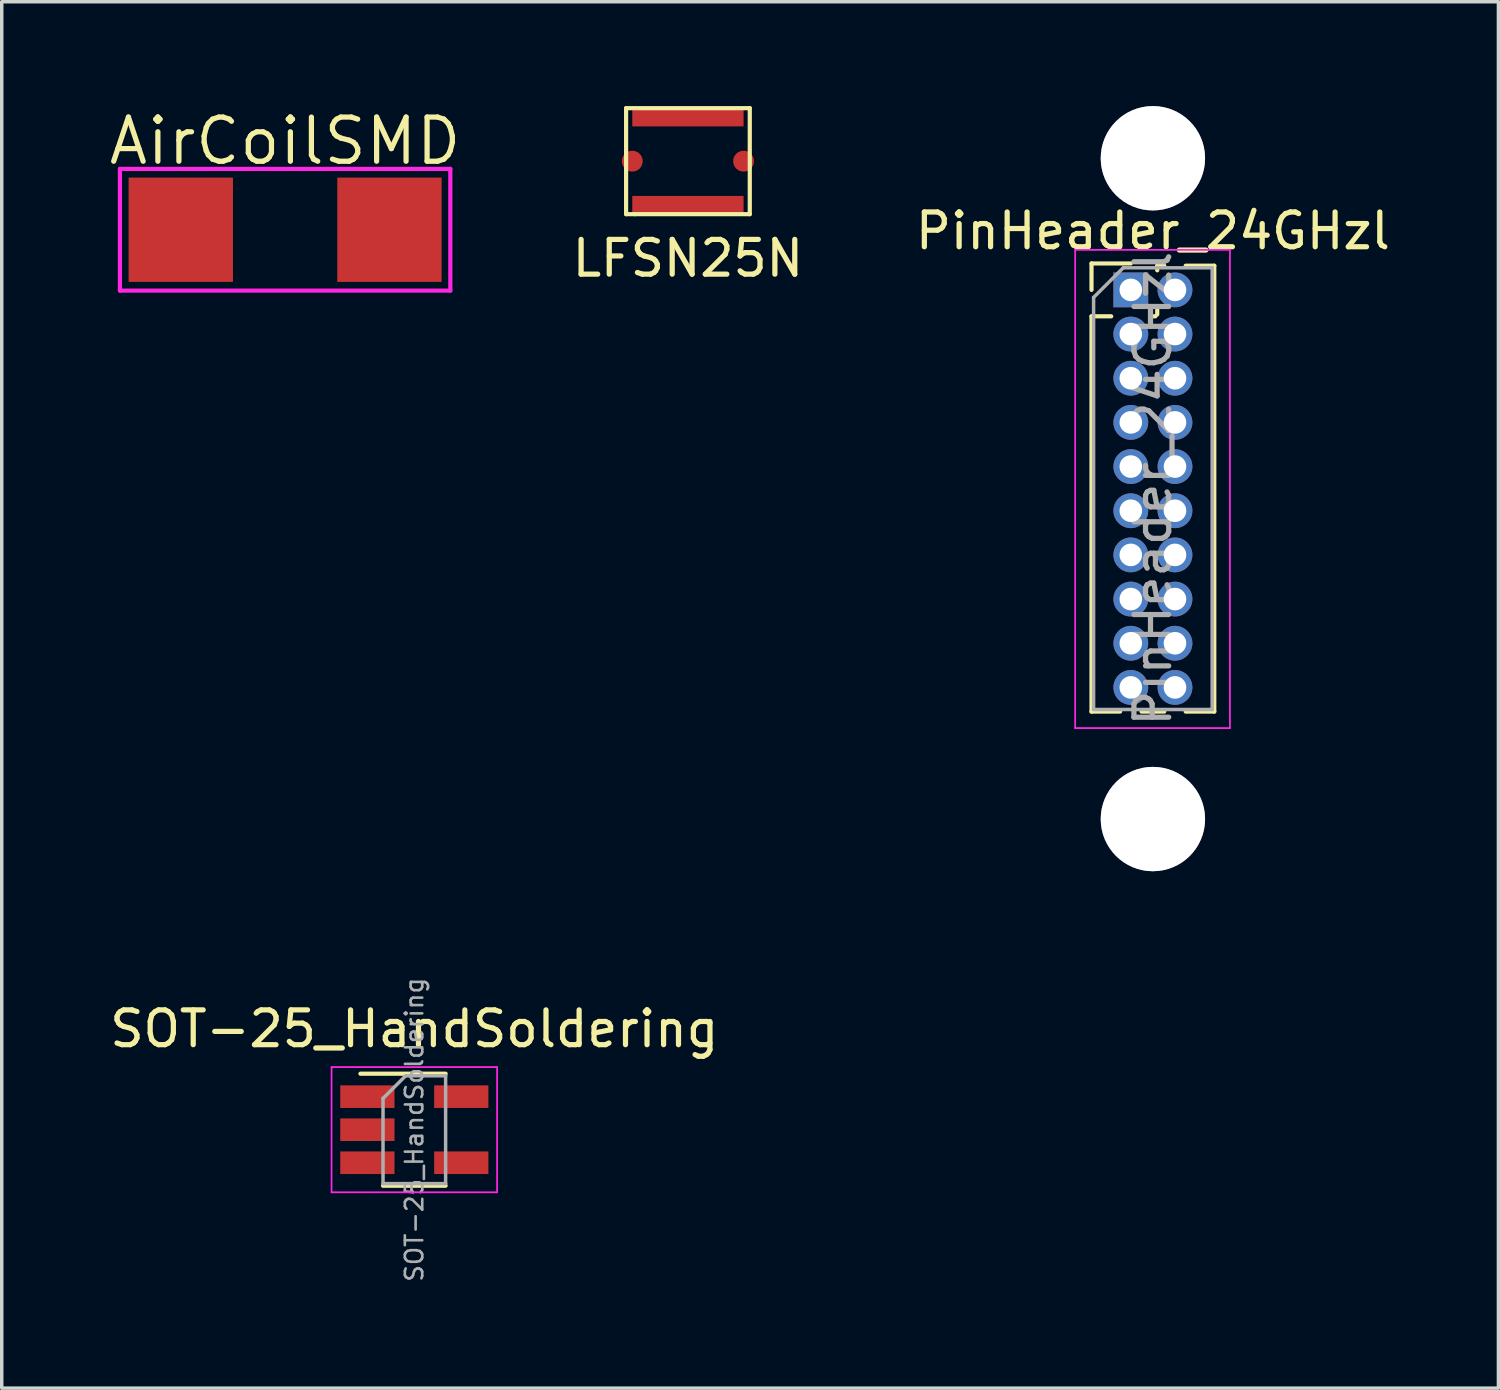
<source format=kicad_pcb>
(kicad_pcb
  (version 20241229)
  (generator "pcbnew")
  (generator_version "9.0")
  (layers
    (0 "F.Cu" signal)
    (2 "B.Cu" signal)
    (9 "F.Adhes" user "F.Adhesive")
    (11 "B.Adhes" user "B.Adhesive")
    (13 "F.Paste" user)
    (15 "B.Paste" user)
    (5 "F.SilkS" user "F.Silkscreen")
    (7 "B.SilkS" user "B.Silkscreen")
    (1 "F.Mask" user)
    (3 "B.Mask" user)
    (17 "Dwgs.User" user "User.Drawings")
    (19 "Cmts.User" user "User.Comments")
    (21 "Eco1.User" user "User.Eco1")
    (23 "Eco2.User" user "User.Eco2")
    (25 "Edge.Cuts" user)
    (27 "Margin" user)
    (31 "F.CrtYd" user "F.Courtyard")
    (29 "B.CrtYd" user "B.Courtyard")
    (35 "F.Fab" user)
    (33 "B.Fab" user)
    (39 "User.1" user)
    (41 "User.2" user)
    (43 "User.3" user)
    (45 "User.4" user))
  (footprint "AirCoilSMD"
    (layer "F.Cu")
    (at 5.148 3.556)
    (property "Reference" "AirCoilSMD" (at 0 -2.55 0) (layer "F.SilkS") (effects (font (size 1.27 1.27) (thickness 0.15))))
    (attr through_hole)
    (fp_line (start -4.75 -1.75) (end 4.75 -1.75) (stroke (width 0.12) (type solid)) (layer "F.CrtYd"))
    (fp_line (start -4.75 1.75) (end -4.75 -1.75) (stroke (width 0.12) (type solid)) (layer "F.CrtYd"))
    (fp_line (start 4.75 -1.75) (end 4.75 1.75) (stroke (width 0.12) (type solid)) (layer "F.CrtYd"))
    (fp_line (start 4.75 1.75) (end -4.75 1.75) (stroke (width 0.12) (type solid)) (layer "F.CrtYd"))
    (pad "1" smd rect (at 3 0) (size 3 3) (layers "F.Cu" "F.Mask" "F.Paste"))
    (pad "2" smd rect (at -3 0) (size 3 3) (layers "F.Cu" "F.Mask" "F.Paste")))
  (footprint "PinHeader_24GHzl"
    (layer "F.Cu")
    (at 29.464 5.285)
    (property "Reference" "PinHeader_24GHzl" (at 0.635 -1.695 0) (layer "F.SilkS") (effects (font (size 1 1) (thickness 0.15))))
    (attr through_hole)
    (fp_line (start -1.13 -0.76) (end 0 -0.76) (stroke (width 0.12) (type solid)) (layer "F.SilkS"))
    (fp_line (start -1.13 0) (end -1.13 -0.76) (stroke (width 0.12) (type solid)) (layer "F.SilkS"))
    (fp_line (start -1.13 0.76) (end -1.13 12.125) (stroke (width 0.12) (type solid)) (layer "F.SilkS"))
    (fp_line (start -1.13 0.76) (end -0.563 0.76) (stroke (width 0.12) (type solid)) (layer "F.SilkS"))
    (fp_line (start -1.13 12.125) (end -0.308 12.125) (stroke (width 0.12) (type solid)) (layer "F.SilkS"))
    (fp_line (start 0.308 12.125) (end 0.962 12.125) (stroke (width 0.12) (type solid)) (layer "F.SilkS"))
    (fp_line (start 0.563 0.76) (end 0.707 0.76) (stroke (width 0.12) (type solid)) (layer "F.SilkS"))
    (fp_line (start 0.76 -0.695) (end 0.962 -0.695) (stroke (width 0.12) (type solid)) (layer "F.SilkS"))
    (fp_line (start 0.76 -0.563) (end 0.76 -0.695) (stroke (width 0.12) (type solid)) (layer "F.SilkS"))
    (fp_line (start 0.76 0.707) (end 0.76 0.563) (stroke (width 0.12) (type solid)) (layer "F.SilkS"))
    (fp_line (start 1.578 -0.695) (end 2.4 -0.695) (stroke (width 0.12) (type solid)) (layer "F.SilkS"))
    (fp_line (start 1.578 12.125) (end 2.4 12.125) (stroke (width 0.12) (type solid)) (layer "F.SilkS"))
    (fp_line (start 2.4 -0.695) (end 2.4 12.125) (stroke (width 0.12) (type solid)) (layer "F.SilkS"))
    (fp_line (start -1.6 -1.15) (end -1.6 12.6) (stroke (width 0.05) (type solid)) (layer "F.CrtYd"))
    (fp_line (start -1.6 12.6) (end 2.85 12.6) (stroke (width 0.05) (type solid)) (layer "F.CrtYd"))
    (fp_line (start 2.85 -1.15) (end -1.6 -1.15) (stroke (width 0.05) (type solid)) (layer "F.CrtYd"))
    (fp_line (start 2.85 12.6) (end 2.85 -1.15) (stroke (width 0.05) (type solid)) (layer "F.CrtYd"))
    (fp_line (start -1.07 0.217) (end -0.217 -0.635) (stroke (width 0.1) (type solid)) (layer "F.Fab"))
    (fp_line (start -1.07 12.065) (end -1.07 0.217) (stroke (width 0.1) (type solid)) (layer "F.Fab"))
    (fp_line (start -0.217 -0.635) (end 2.34 -0.635) (stroke (width 0.1) (type solid)) (layer "F.Fab"))
    (fp_line (start 2.34 -0.635) (end 2.34 12.065) (stroke (width 0.1) (type solid)) (layer "F.Fab"))
    (fp_line (start 2.34 12.065) (end -1.07 12.065) (stroke (width 0.1) (type solid)) (layer "F.Fab"))
    (fp_text user "${REFERENCE}" (at 0.635 5.715 90) (layer "F.Fab") (effects (font (size 1 1) (thickness 0.15))))
    (pad "" thru_hole circle (at 0.635 -3.785) (size 3 3) (drill 3) (layers "*.Cu" "*.Mask"))
    (pad "" thru_hole circle (at 0.635 15.215) (size 3 3) (drill 3) (layers "*.Cu" "*.Mask"))
    (pad "1" thru_hole rect (at 0 0) (size 1 1) (drill 0.65) (layers "*.Cu" "*.Mask"))
    (pad "2" thru_hole oval (at 1.27 0) (size 1 1) (drill 0.65) (layers "*.Cu" "*.Mask"))
    (pad "3" thru_hole oval (at 0 1.27) (size 1 1) (drill 0.65) (layers "*.Cu" "*.Mask"))
    (pad "4" thru_hole oval (at 1.27 1.27) (size 1 1) (drill 0.65) (layers "*.Cu" "*.Mask"))
    (pad "5" thru_hole oval (at 0 2.54) (size 1 1) (drill 0.65) (layers "*.Cu" "*.Mask"))
    (pad "6" thru_hole oval (at 1.27 2.54) (size 1 1) (drill 0.65) (layers "*.Cu" "*.Mask"))
    (pad "7" thru_hole oval (at 0 3.81) (size 1 1) (drill 0.65) (layers "*.Cu" "*.Mask"))
    (pad "8" thru_hole oval (at 1.27 3.81) (size 1 1) (drill 0.65) (layers "*.Cu" "*.Mask"))
    (pad "9" thru_hole oval (at 0 5.08) (size 1 1) (drill 0.65) (layers "*.Cu" "*.Mask"))
    (pad "10" thru_hole oval (at 1.27 5.08) (size 1 1) (drill 0.65) (layers "*.Cu" "*.Mask"))
    (pad "11" thru_hole oval (at 0 6.35) (size 1 1) (drill 0.65) (layers "*.Cu" "*.Mask"))
    (pad "12" thru_hole oval (at 1.27 6.35) (size 1 1) (drill 0.65) (layers "*.Cu" "*.Mask"))
    (pad "13" thru_hole oval (at 0 7.62) (size 1 1) (drill 0.65) (layers "*.Cu" "*.Mask"))
    (pad "14" thru_hole oval (at 1.27 7.62) (size 1 1) (drill 0.65) (layers "*.Cu" "*.Mask"))
    (pad "15" thru_hole oval (at 0 8.89) (size 1 1) (drill 0.65) (layers "*.Cu" "*.Mask"))
    (pad "16" thru_hole oval (at 1.27 8.89) (size 1 1) (drill 0.65) (layers "*.Cu" "*.Mask"))
    (pad "17" thru_hole oval (at 0 10.16) (size 1 1) (drill 0.65) (layers "*.Cu" "*.Mask"))
    (pad "18" thru_hole oval (at 1.27 10.16) (size 1 1) (drill 0.65) (layers "*.Cu" "*.Mask"))
    (pad "19" thru_hole oval (at 0 11.43) (size 1 1) (drill 0.65) (layers "*.Cu" "*.Mask"))
    (pad "20" thru_hole oval (at 1.27 11.43) (size 1 1) (drill 0.65) (layers "*.Cu" "*.Mask")))
  (footprint "LFSN25N"
    (layer "F.Cu")
    (at 16.73 1.584)
    (property "Reference" "LFSN25N" (at 0 2.794 0) (layer "F.SilkS") (effects (font (size 1 1) (thickness 0.15))))
    (attr through_hole)
    (fp_line (start -1.778 -1.524) (end -1.778 1.524) (stroke (width 0.12) (type solid)) (layer "F.SilkS"))
    (fp_line (start -1.778 1.524) (end -1.524 1.524) (stroke (width 0.12) (type solid)) (layer "F.SilkS"))
    (fp_line (start -1.524 1.524) (end 1.778 1.524) (stroke (width 0.12) (type solid)) (layer "F.SilkS"))
    (fp_line (start 1.778 -1.524) (end -1.778 -1.524) (stroke (width 0.12) (type solid)) (layer "F.SilkS"))
    (fp_line (start 1.778 1.524) (end 1.778 -1.524) (stroke (width 0.12) (type solid)) (layer "F.SilkS"))
    (pad "1" smd circle (at -1.6 0) (size 0.6 0.6) (layers "F.Cu" "F.Mask" "F.Paste"))
    (pad "2" smd circle (at 1.6 0) (size 0.6 0.6) (layers "F.Cu" "F.Mask" "F.Paste"))
    (pad "3" smd rect (at 0 1.25) (size 3.2 0.5) (layers "F.Cu" "F.Mask" "F.Paste"))
    (pad "4" smd rect (at 0 -1.25) (size 3.2 0.5) (layers "F.Cu" "F.Mask" "F.Paste")))
  (footprint "SOT-25_HandSoldering"
    (layer "F.Cu")
    (at 8.863 29.432)
    (property "Reference" "SOT-25_HandSoldering" (at 0 -2.9 0) (layer "F.SilkS") (effects (font (size 1 1) (thickness 0.15))))
    (attr smd)
    (fp_line (start -0.9 1.61) (end 0.9 1.61) (stroke (width 0.12) (type solid)) (layer "F.SilkS"))
    (fp_line (start 0.9 -1.61) (end -1.55 -1.61) (stroke (width 0.12) (type solid)) (layer "F.SilkS"))
    (fp_line (start -2.38 -1.8) (end -2.38 1.8) (stroke (width 0.05) (type solid)) (layer "F.CrtYd"))
    (fp_line (start -2.38 -1.8) (end 2.38 -1.8) (stroke (width 0.05) (type solid)) (layer "F.CrtYd"))
    (fp_line (start 2.38 1.8) (end -2.38 1.8) (stroke (width 0.05) (type solid)) (layer "F.CrtYd"))
    (fp_line (start 2.38 1.8) (end 2.38 -1.8) (stroke (width 0.05) (type solid)) (layer "F.CrtYd"))
    (fp_line (start -0.9 -0.9) (end -0.9 1.55) (stroke (width 0.1) (type solid)) (layer "F.Fab"))
    (fp_line (start -0.9 -0.9) (end -0.25 -1.55) (stroke (width 0.1) (type solid)) (layer "F.Fab"))
    (fp_line (start 0.9 -1.55) (end -0.25 -1.55) (stroke (width 0.1) (type solid)) (layer "F.Fab"))
    (fp_line (start 0.9 -1.55) (end 0.9 1.55) (stroke (width 0.1) (type solid)) (layer "F.Fab"))
    (fp_line (start 0.9 1.55) (end -0.9 1.55) (stroke (width 0.1) (type solid)) (layer "F.Fab"))
    (fp_text user "${REFERENCE}" (at 0 0 90) (layer "F.Fab") (effects (font (size 0.5 0.5) (thickness 0.075))))
    (pad "1" smd rect (at 1.35 -0.95) (size 1.56 0.65) (layers "F.Cu" "F.Mask" "F.Paste"))
    (pad "2" smd rect (at 1.35 0.95) (size 1.56 0.65) (layers "F.Cu" "F.Mask" "F.Paste"))
    (pad "3" smd rect (at -1.35 0.95) (size 1.56 0.65) (layers "F.Cu" "F.Mask" "F.Paste"))
    (pad "4" smd rect (at -1.35 0) (size 1.56 0.65) (layers "F.Cu" "F.Mask" "F.Paste"))
    (pad "5" smd rect (at -1.35 -0.95) (size 1.56 0.65) (layers "F.Cu" "F.Mask" "F.Paste")))
  (gr_rect
    (start -3 -3)
    (end 40.034 36.863)
    (stroke (width 0.1) (type default))
    (fill no)
    (layer "Edge.Cuts")))
</source>
